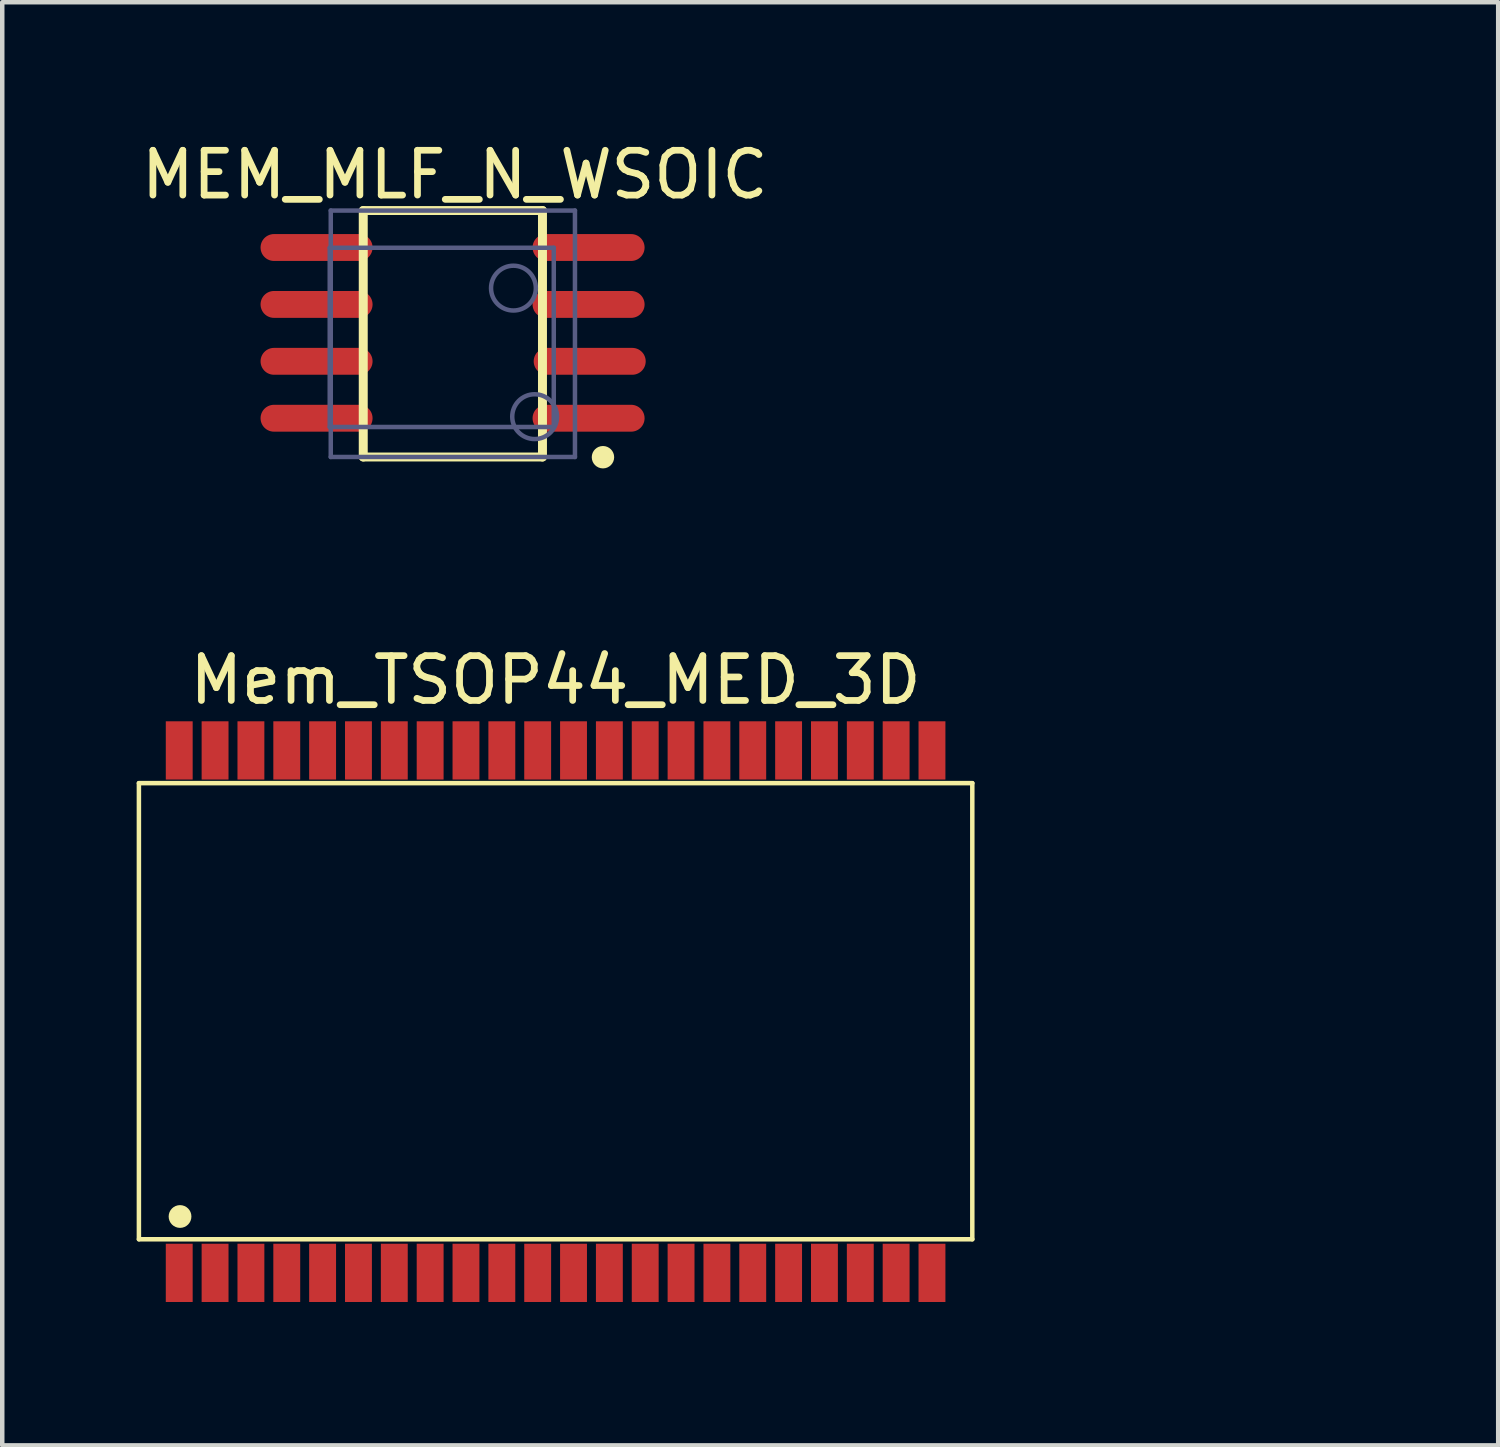
<source format=kicad_pcb>
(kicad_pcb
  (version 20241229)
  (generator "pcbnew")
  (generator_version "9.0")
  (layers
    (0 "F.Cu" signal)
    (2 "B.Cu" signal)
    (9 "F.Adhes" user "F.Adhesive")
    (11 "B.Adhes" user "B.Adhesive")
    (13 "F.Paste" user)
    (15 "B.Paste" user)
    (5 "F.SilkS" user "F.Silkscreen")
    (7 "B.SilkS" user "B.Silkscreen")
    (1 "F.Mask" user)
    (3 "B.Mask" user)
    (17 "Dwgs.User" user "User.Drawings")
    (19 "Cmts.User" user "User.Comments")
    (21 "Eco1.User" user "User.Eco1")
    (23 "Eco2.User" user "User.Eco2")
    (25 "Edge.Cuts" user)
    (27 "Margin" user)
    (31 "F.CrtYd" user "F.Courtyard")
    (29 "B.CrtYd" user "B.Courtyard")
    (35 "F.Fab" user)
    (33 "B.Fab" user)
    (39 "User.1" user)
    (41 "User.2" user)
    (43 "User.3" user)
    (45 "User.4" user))
  (footprint "MEM_MLF_N_WSOIC"
    (layer "F.Cu")
    (at 7.063 4.404)
    (property "Reference" "MEM_MLF_N_WSOIC" (at 0.038 -3.555 0) (layer "F.SilkS") (effects (font (size 1 1) (thickness 0.15))))
    (fp_line (start -2.006 -2.755) (end 1.994 -2.755) (stroke (width 0.2) (type solid)) (layer "F.SilkS"))
    (fp_line (start -2.006 2.745) (end -2.006 -2.755) (stroke (width 0.2) (type solid)) (layer "F.SilkS"))
    (fp_line (start -2.006 2.745) (end 1.994 2.745) (stroke (width 0.2) (type solid)) (layer "F.SilkS"))
    (fp_line (start 1.994 2.745) (end 1.994 -2.755) (stroke (width 0.2) (type solid)) (layer "F.SilkS"))
    (fp_circle (center 3.344 2.75) (end 3.344 2.625) (stroke (width 0.25) (type solid)) (fill no) (layer "F.SilkS"))
    (fp_rect (start -3.454 -2.311) (end -4.496 -1.549) (stroke (width 0) (type default)) (fill yes) (layer "F.Paste"))
    (fp_rect (start -3.454 -1.041) (end -4.496 -0.279) (stroke (width 0) (type default)) (fill yes) (layer "F.Paste"))
    (fp_rect (start -3.454 0.229) (end -4.496 0.991) (stroke (width 0) (type default)) (fill yes) (layer "F.Paste"))
    (fp_rect (start -3.353 1.499) (end -4.496 2.261) (stroke (width 0) (type default)) (fill yes) (layer "F.Paste"))
    (fp_rect (start 4.47 -2.311) (end 3.429 -1.549) (stroke (width 0) (type default)) (fill yes) (layer "F.Paste"))
    (fp_rect (start 4.47 -1.041) (end 3.429 -0.279) (stroke (width 0) (type default)) (fill yes) (layer "F.Paste"))
    (fp_rect (start 4.47 0.229) (end 3.429 0.991) (stroke (width 0) (type default)) (fill yes) (layer "F.Paste"))
    (fp_rect (start 4.572 1.499) (end 3.429 2.261) (stroke (width 0) (type default)) (fill yes) (layer "F.Paste"))
    (fp_line (start -4.406 -2.855) (end 4.394 -2.855) (stroke (width 0.1) (type solid)) (layer "Eco2.User"))
    (fp_line (start -4.406 2.845) (end -4.406 -2.855) (stroke (width 0.1) (type solid)) (layer "Eco2.User"))
    (fp_line (start -4.406 2.845) (end 4.394 2.845) (stroke (width 0.1) (type solid)) (layer "Eco2.User"))
    (fp_line (start -3.004 -3.674) (end 2.496 -3.674) (stroke (width 0.1) (type solid)) (layer "Eco2.User"))
    (fp_line (start -3.004 3.826) (end -3.004 -3.674) (stroke (width 0.1) (type solid)) (layer "Eco2.User"))
    (fp_line (start -3.004 3.826) (end 2.496 3.826) (stroke (width 0.1) (type solid)) (layer "Eco2.User"))
    (fp_line (start -2.794 -2.794) (end 2.794 -2.794) (stroke (width 0.254) (type solid)) (layer "Eco2.User"))
    (fp_line (start -2.794 2.667) (end -2.794 -2.794) (stroke (width 0.254) (type solid)) (layer "Eco2.User"))
    (fp_line (start -2.794 2.667) (end 2.794 2.667) (stroke (width 0.254) (type solid)) (layer "Eco2.User"))
    (fp_line (start -0.754 0.076) (end 0.246 0.076) (stroke (width 0.1) (type solid)) (layer "Eco2.User"))
    (fp_line (start -0.506 -0.005) (end 0.494 -0.005) (stroke (width 0.1) (type solid)) (layer "Eco2.User"))
    (fp_line (start -0.254 0.576) (end -0.254 -0.424) (stroke (width 0.1) (type solid)) (layer "Eco2.User"))
    (fp_line (start -0.006 0.495) (end -0.006 -0.505) (stroke (width 0.1) (type solid)) (layer "Eco2.User"))
    (fp_line (start 2.496 3.826) (end 2.496 -3.674) (stroke (width 0.1) (type solid)) (layer "Eco2.User"))
    (fp_line (start 2.794 2.667) (end 2.794 -2.794) (stroke (width 0.254) (type solid)) (layer "Eco2.User"))
    (fp_line (start 4.394 2.845) (end 4.394 -2.855) (stroke (width 0.1) (type solid)) (layer "Eco2.User"))
    (fp_line (start -2.754 -1.924) (end 2.246 -1.924) (stroke (width 0.1) (type solid)) (layer "B.Fab"))
    (fp_line (start -2.754 2.076) (end -2.754 -1.924) (stroke (width 0.1) (type solid)) (layer "B.Fab"))
    (fp_line (start -2.754 2.076) (end 2.246 2.076) (stroke (width 0.1) (type solid)) (layer "B.Fab"))
    (fp_line (start -2.731 -2.755) (end 2.719 -2.755) (stroke (width 0.1) (type solid)) (layer "B.Fab"))
    (fp_line (start -2.731 2.745) (end -2.731 -2.755) (stroke (width 0.1) (type solid)) (layer "B.Fab"))
    (fp_line (start -2.731 2.745) (end 2.719 2.745) (stroke (width 0.1) (type solid)) (layer "B.Fab"))
    (fp_line (start 2.246 2.076) (end 2.246 -1.924) (stroke (width 0.1) (type solid)) (layer "B.Fab"))
    (fp_line (start 2.719 2.745) (end 2.719 -2.755) (stroke (width 0.1) (type solid)) (layer "B.Fab"))
    (fp_circle (center 1.346 -1.024) (end 1.346 -1.524) (stroke (width 0.1) (type solid)) (fill no) (layer "B.Fab"))
    (fp_circle (center 1.819 1.845) (end 1.819 1.345) (stroke (width 0.1) (type solid)) (fill no) (layer "B.Fab"))
    (fp_line (start -2.921 -2.311) (end 2.879 -2.311) (stroke (width 0.254) (type solid)) (layer "User.1"))
    (fp_line (start -2.921 2.515) (end -2.921 -2.285) (stroke (width 0.254) (type solid)) (layer "User.1"))
    (fp_line (start -2.921 2.515) (end 2.879 2.515) (stroke (width 0.254) (type solid)) (layer "User.1"))
    (fp_line (start 2.921 2.515) (end 2.921 -2.285) (stroke (width 0.254) (type solid)) (layer "User.1"))
    (fp_text user "${REFERENCE}" (at -1.397 0.568 0) (unlocked yes) (layer "Eco2.User") (effects (font (size 1.524 1.524) (thickness 0.254)) (justify left bottom)))
    (pad "1" smd oval (at 3.023 1.88 270) (size 0.6 2.5) (layers "F.Cu" "F.Mask" "F.Paste"))
    (pad "2" smd oval (at 3.048 0.61 270) (size 0.6 2.5) (layers "F.Cu" "F.Mask" "F.Paste"))
    (pad "3" smd oval (at 3.023 -0.66 270) (size 0.6 2.5) (layers "F.Cu" "F.Mask" "F.Paste"))
    (pad "4" smd oval (at 3.023 -1.93 270) (size 0.6 2.5) (layers "F.Cu" "F.Mask" "F.Paste"))
    (pad "5" smd oval (at -3.048 -1.93 270) (size 0.6 2.5) (layers "F.Cu" "F.Mask" "F.Paste"))
    (pad "6" smd oval (at -3.048 -0.66 270) (size 0.6 2.5) (layers "F.Cu" "F.Mask" "F.Paste"))
    (pad "7" smd oval (at -3.048 0.61 270) (size 0.6 2.5) (layers "F.Cu" "F.Mask" "F.Paste"))
    (pad "8" smd oval (at -3.048 1.88 270) (size 0.6 2.5) (layers "F.Cu" "F.Mask" "F.Paste")))
  (footprint "Mem_TSOP44_MED_3D"
    (layer "F.Cu")
    (at 9.35 19.528)
    (property "Reference" "Mem_TSOP44_MED_3D" (at 0 -7.4 0) (layer "F.SilkS") (effects (font (size 1 1) (thickness 0.15))))
    (fp_line (start -9.3 -5.1) (end 9.3 -5.1) (stroke (width 0.1) (type solid)) (layer "F.SilkS"))
    (fp_line (start -9.3 5.08) (end -9.3 -5.1) (stroke (width 0.1) (type solid)) (layer "F.SilkS"))
    (fp_line (start -9.3 5.08) (end 9.3 5.08) (stroke (width 0.1) (type solid)) (layer "F.SilkS"))
    (fp_line (start 9.3 5.08) (end 9.3 -5.1) (stroke (width 0.1) (type solid)) (layer "F.SilkS"))
    (fp_circle (center -8.382 4.572) (end -8.382 4.445) (stroke (width 0.254) (type solid)) (fill no) (layer "F.SilkS"))
    (fp_rect (start -8.7 -5.92) (end -8.1 -6.7) (stroke (width 0) (type default)) (fill yes) (layer "F.Paste"))
    (fp_rect (start -8.7 6.68) (end -8.1 5.9) (stroke (width 0) (type default)) (fill yes) (layer "F.Paste"))
    (fp_rect (start -7.9 -5.92) (end -7.3 -6.7) (stroke (width 0) (type default)) (fill yes) (layer "F.Paste"))
    (fp_rect (start -7.9 6.68) (end -7.3 5.9) (stroke (width 0) (type default)) (fill yes) (layer "F.Paste"))
    (fp_rect (start -7.1 -5.92) (end -6.5 -6.7) (stroke (width 0) (type default)) (fill yes) (layer "F.Paste"))
    (fp_rect (start -7.1 6.68) (end -6.5 5.9) (stroke (width 0) (type default)) (fill yes) (layer "F.Paste"))
    (fp_rect (start -6.3 -5.92) (end -5.7 -6.7) (stroke (width 0) (type default)) (fill yes) (layer "F.Paste"))
    (fp_rect (start -6.3 6.68) (end -5.7 5.9) (stroke (width 0) (type default)) (fill yes) (layer "F.Paste"))
    (fp_rect (start -5.5 -5.92) (end -4.9 -6.7) (stroke (width 0) (type default)) (fill yes) (layer "F.Paste"))
    (fp_rect (start -5.5 6.68) (end -4.9 5.9) (stroke (width 0) (type default)) (fill yes) (layer "F.Paste"))
    (fp_rect (start -4.7 -5.92) (end -4.1 -6.7) (stroke (width 0) (type default)) (fill yes) (layer "F.Paste"))
    (fp_rect (start -4.7 6.68) (end -4.1 5.9) (stroke (width 0) (type default)) (fill yes) (layer "F.Paste"))
    (fp_rect (start -3.9 -5.92) (end -3.3 -6.7) (stroke (width 0) (type default)) (fill yes) (layer "F.Paste"))
    (fp_rect (start -3.9 6.68) (end -3.3 5.9) (stroke (width 0) (type default)) (fill yes) (layer "F.Paste"))
    (fp_rect (start -3.1 -5.92) (end -2.5 -6.7) (stroke (width 0) (type default)) (fill yes) (layer "F.Paste"))
    (fp_rect (start -3.1 6.68) (end -2.5 5.9) (stroke (width 0) (type default)) (fill yes) (layer "F.Paste"))
    (fp_rect (start -2.3 -5.92) (end -1.7 -6.7) (stroke (width 0) (type default)) (fill yes) (layer "F.Paste"))
    (fp_rect (start -2.3 6.68) (end -1.7 5.9) (stroke (width 0) (type default)) (fill yes) (layer "F.Paste"))
    (fp_rect (start -1.5 -5.92) (end -0.9 -6.7) (stroke (width 0) (type default)) (fill yes) (layer "F.Paste"))
    (fp_rect (start -1.5 6.68) (end -0.9 5.9) (stroke (width 0) (type default)) (fill yes) (layer "F.Paste"))
    (fp_rect (start -0.7 -5.92) (end -0.1 -6.7) (stroke (width 0) (type default)) (fill yes) (layer "F.Paste"))
    (fp_rect (start -0.7 6.68) (end -0.1 5.9) (stroke (width 0) (type default)) (fill yes) (layer "F.Paste"))
    (fp_rect (start 0.1 -5.92) (end 0.7 -6.7) (stroke (width 0) (type default)) (fill yes) (layer "F.Paste"))
    (fp_rect (start 0.1 6.68) (end 0.7 5.9) (stroke (width 0) (type default)) (fill yes) (layer "F.Paste"))
    (fp_rect (start 0.9 -5.92) (end 1.5 -6.7) (stroke (width 0) (type default)) (fill yes) (layer "F.Paste"))
    (fp_rect (start 0.9 6.68) (end 1.5 5.9) (stroke (width 0) (type default)) (fill yes) (layer "F.Paste"))
    (fp_rect (start 1.7 -5.92) (end 2.3 -6.7) (stroke (width 0) (type default)) (fill yes) (layer "F.Paste"))
    (fp_rect (start 1.7 6.68) (end 2.3 5.9) (stroke (width 0) (type default)) (fill yes) (layer "F.Paste"))
    (fp_rect (start 2.5 -5.92) (end 3.1 -6.7) (stroke (width 0) (type default)) (fill yes) (layer "F.Paste"))
    (fp_rect (start 2.5 6.68) (end 3.1 5.9) (stroke (width 0) (type default)) (fill yes) (layer "F.Paste"))
    (fp_rect (start 3.3 -5.92) (end 3.9 -6.7) (stroke (width 0) (type default)) (fill yes) (layer "F.Paste"))
    (fp_rect (start 3.3 6.68) (end 3.9 5.9) (stroke (width 0) (type default)) (fill yes) (layer "F.Paste"))
    (fp_rect (start 4.1 -5.92) (end 4.7 -6.7) (stroke (width 0) (type default)) (fill yes) (layer "F.Paste"))
    (fp_rect (start 4.1 6.68) (end 4.7 5.9) (stroke (width 0) (type default)) (fill yes) (layer "F.Paste"))
    (fp_rect (start 4.9 -5.92) (end 5.5 -6.7) (stroke (width 0) (type default)) (fill yes) (layer "F.Paste"))
    (fp_rect (start 4.9 6.68) (end 5.5 5.9) (stroke (width 0) (type default)) (fill yes) (layer "F.Paste"))
    (fp_rect (start 5.7 -5.92) (end 6.3 -6.7) (stroke (width 0) (type default)) (fill yes) (layer "F.Paste"))
    (fp_rect (start 5.7 6.68) (end 6.3 5.9) (stroke (width 0) (type default)) (fill yes) (layer "F.Paste"))
    (fp_rect (start 6.5 -5.92) (end 7.1 -6.7) (stroke (width 0) (type default)) (fill yes) (layer "F.Paste"))
    (fp_rect (start 6.5 6.68) (end 7.1 5.9) (stroke (width 0) (type default)) (fill yes) (layer "F.Paste"))
    (fp_rect (start 7.3 -5.92) (end 7.9 -6.7) (stroke (width 0) (type default)) (fill yes) (layer "F.Paste"))
    (fp_rect (start 7.3 6.68) (end 7.9 5.9) (stroke (width 0) (type default)) (fill yes) (layer "F.Paste"))
    (fp_rect (start 8.1 -5.92) (end 8.7 -6.7) (stroke (width 0) (type default)) (fill yes) (layer "F.Paste"))
    (fp_rect (start 8.1 6.68) (end 8.7 5.9) (stroke (width 0) (type default)) (fill yes) (layer "F.Paste"))
    (pad "1" smd rect (at -8.4 5.83) (size 0.6 1.3) (layers "F.Cu" "F.Mask" "F.Paste"))
    (pad "2" smd rect (at -7.6 5.83) (size 0.6 1.3) (layers "F.Cu" "F.Mask" "F.Paste"))
    (pad "3" smd rect (at -6.8 5.83) (size 0.6 1.3) (layers "F.Cu" "F.Mask" "F.Paste"))
    (pad "4" smd rect (at -6 5.83) (size 0.6 1.3) (layers "F.Cu" "F.Mask" "F.Paste"))
    (pad "5" smd rect (at -5.2 5.83) (size 0.6 1.3) (layers "F.Cu" "F.Mask" "F.Paste"))
    (pad "6" smd rect (at -4.4 5.83) (size 0.6 1.3) (layers "F.Cu" "F.Mask" "F.Paste"))
    (pad "7" smd rect (at -3.6 5.83) (size 0.6 1.3) (layers "F.Cu" "F.Mask" "F.Paste"))
    (pad "8" smd rect (at -2.8 5.83) (size 0.6 1.3) (layers "F.Cu" "F.Mask" "F.Paste"))
    (pad "9" smd rect (at -2 5.83) (size 0.6 1.3) (layers "F.Cu" "F.Mask" "F.Paste"))
    (pad "10" smd rect (at -1.2 5.83) (size 0.6 1.3) (layers "F.Cu" "F.Mask" "F.Paste"))
    (pad "11" smd rect (at -0.4 5.83) (size 0.6 1.3) (layers "F.Cu" "F.Mask" "F.Paste"))
    (pad "12" smd rect (at 0.4 5.83) (size 0.6 1.3) (layers "F.Cu" "F.Mask" "F.Paste"))
    (pad "13" smd rect (at 1.2 5.83) (size 0.6 1.3) (layers "F.Cu" "F.Mask" "F.Paste"))
    (pad "14" smd rect (at 2 5.83) (size 0.6 1.3) (layers "F.Cu" "F.Mask" "F.Paste"))
    (pad "15" smd rect (at 2.8 5.83) (size 0.6 1.3) (layers "F.Cu" "F.Mask" "F.Paste"))
    (pad "16" smd rect (at 3.6 5.83) (size 0.6 1.3) (layers "F.Cu" "F.Mask" "F.Paste"))
    (pad "17" smd rect (at 4.4 5.83) (size 0.6 1.3) (layers "F.Cu" "F.Mask" "F.Paste"))
    (pad "18" smd rect (at 5.2 5.83) (size 0.6 1.3) (layers "F.Cu" "F.Mask" "F.Paste"))
    (pad "19" smd rect (at 6 5.83) (size 0.6 1.3) (layers "F.Cu" "F.Mask" "F.Paste"))
    (pad "20" smd rect (at 6.8 5.83) (size 0.6 1.3) (layers "F.Cu" "F.Mask" "F.Paste"))
    (pad "21" smd rect (at 7.6 5.83) (size 0.6 1.3) (layers "F.Cu" "F.Mask" "F.Paste"))
    (pad "22" smd rect (at 8.4 5.83) (size 0.6 1.3) (layers "F.Cu" "F.Mask" "F.Paste"))
    (pad "23" smd rect (at 8.4 -5.83) (size 0.6 1.3) (layers "F.Cu" "F.Mask" "F.Paste"))
    (pad "24" smd rect (at 7.6 -5.83) (size 0.6 1.3) (layers "F.Cu" "F.Mask" "F.Paste"))
    (pad "25" smd rect (at 6.8 -5.83) (size 0.6 1.3) (layers "F.Cu" "F.Mask" "F.Paste"))
    (pad "26" smd rect (at 6 -5.83) (size 0.6 1.3) (layers "F.Cu" "F.Mask" "F.Paste"))
    (pad "27" smd rect (at 5.2 -5.83) (size 0.6 1.3) (layers "F.Cu" "F.Mask" "F.Paste"))
    (pad "28" smd rect (at 4.4 -5.83) (size 0.6 1.3) (layers "F.Cu" "F.Mask" "F.Paste"))
    (pad "29" smd rect (at 3.6 -5.83) (size 0.6 1.3) (layers "F.Cu" "F.Mask" "F.Paste"))
    (pad "30" smd rect (at 2.8 -5.83) (size 0.6 1.3) (layers "F.Cu" "F.Mask" "F.Paste"))
    (pad "31" smd rect (at 2 -5.83) (size 0.6 1.3) (layers "F.Cu" "F.Mask" "F.Paste"))
    (pad "32" smd rect (at 1.2 -5.83) (size 0.6 1.3) (layers "F.Cu" "F.Mask" "F.Paste"))
    (pad "33" smd rect (at 0.4 -5.83) (size 0.6 1.3) (layers "F.Cu" "F.Mask" "F.Paste"))
    (pad "34" smd rect (at -0.4 -5.83) (size 0.6 1.3) (layers "F.Cu" "F.Mask" "F.Paste"))
    (pad "35" smd rect (at -1.2 -5.83) (size 0.6 1.3) (layers "F.Cu" "F.Mask" "F.Paste"))
    (pad "36" smd rect (at -2 -5.83) (size 0.6 1.3) (layers "F.Cu" "F.Mask" "F.Paste"))
    (pad "37" smd rect (at -2.8 -5.83) (size 0.6 1.3) (layers "F.Cu" "F.Mask" "F.Paste"))
    (pad "38" smd rect (at -3.6 -5.83) (size 0.6 1.3) (layers "F.Cu" "F.Mask" "F.Paste"))
    (pad "39" smd rect (at -4.4 -5.83) (size 0.6 1.3) (layers "F.Cu" "F.Mask" "F.Paste"))
    (pad "40" smd rect (at -5.2 -5.83) (size 0.6 1.3) (layers "F.Cu" "F.Mask" "F.Paste"))
    (pad "41" smd rect (at -6 -5.83) (size 0.6 1.3) (layers "F.Cu" "F.Mask" "F.Paste"))
    (pad "42" smd rect (at -6.8 -5.83) (size 0.6 1.3) (layers "F.Cu" "F.Mask" "F.Paste"))
    (pad "43" smd rect (at -7.6 -5.83) (size 0.6 1.3) (layers "F.Cu" "F.Mask" "F.Paste"))
    (pad "44" smd rect (at -8.4 -5.83) (size 0.6 1.3) (layers "F.Cu" "F.Mask" "F.Paste")))
  (gr_rect
    (start -3 -3)
    (end 30.387 29.208)
    (stroke (width 0.1) (type default))
    (fill no)
    (layer "Edge.Cuts")))
</source>
